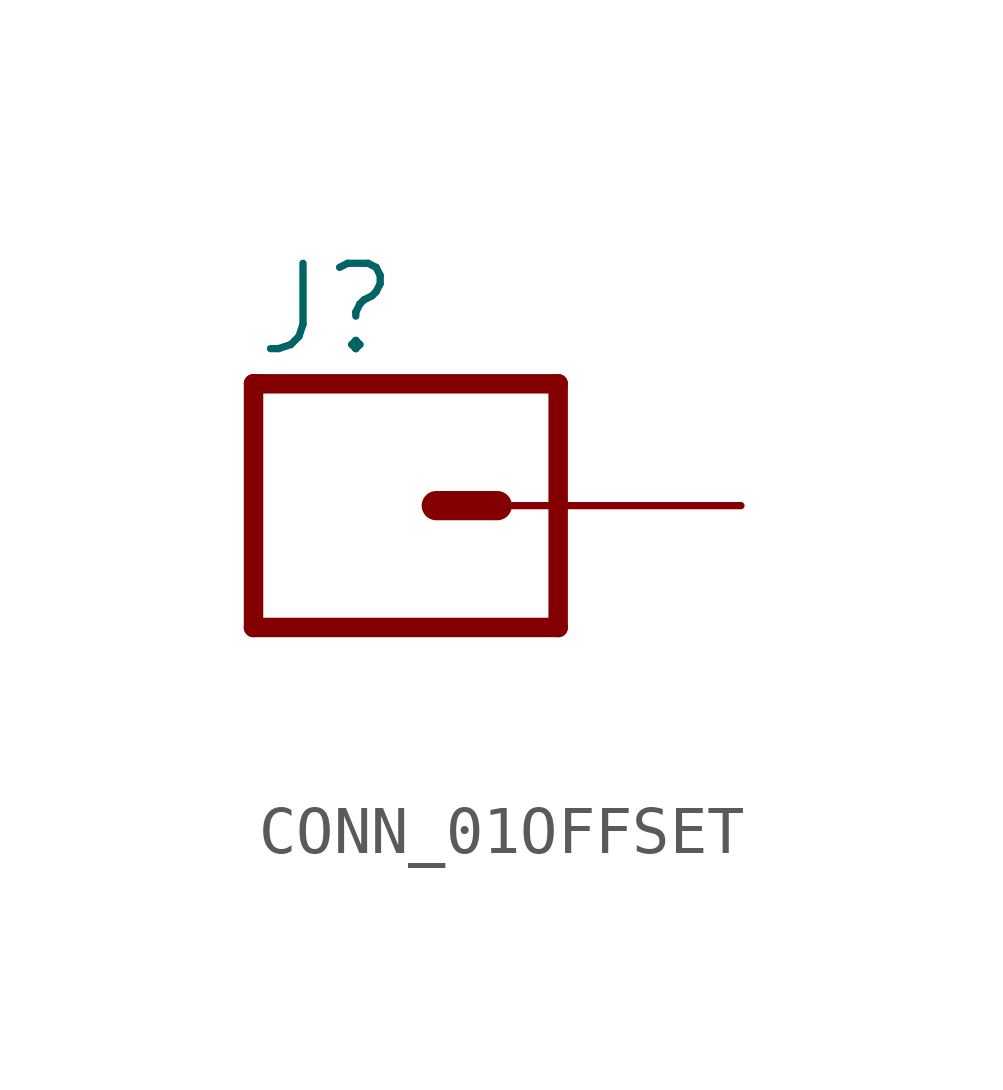
<source format=kicad_sym>
(kicad_symbol_lib
  (version 20220914)
  (generator kicad_symbol_editor)
  (symbol "CONN_01OFFSET"
    (property "Reference" "J"
      (at -2.54 3.048 0)
      (effects (font (size 1.778 1.778)) (justify left bottom)))
    (property "Value" ""
      (at -2.54 -4.826 0)
      (effects (font (size 1.778 1.778)) (justify left bottom)))
    (property "ki_locked" ""
      (at 0 0 0)
      (effects (font (size 1.27 1.27))))
    (symbol "CONN_01OFFSET_1_0"
      (polyline (pts (xy -2.54 2.54) (xy -2.54 -2.54)) (stroke (width 0.406) (type solid)) (fill (type none)))
      (polyline (pts (xy -2.54 2.54) (xy 3.81 2.54)) (stroke (width 0.406) (type solid)) (fill (type none)))
      (polyline (pts (xy 1.27 0) (xy 2.54 0)) (stroke (width 0.61) (type solid)) (fill (type none)))
      (polyline (pts (xy 3.81 -2.54) (xy -2.54 -2.54)) (stroke (width 0.406) (type solid)) (fill (type none)))
      (polyline (pts (xy 3.81 -2.54) (xy 3.81 2.54)) (stroke (width 0.406) (type solid)) (fill (type none)))
      (pin passive line (at 7.62 0 180) (length 5.08) (name "1" (effects (font (size 0 0)))) (number "1" (effects (font (size 0 0))))))))
</source>
